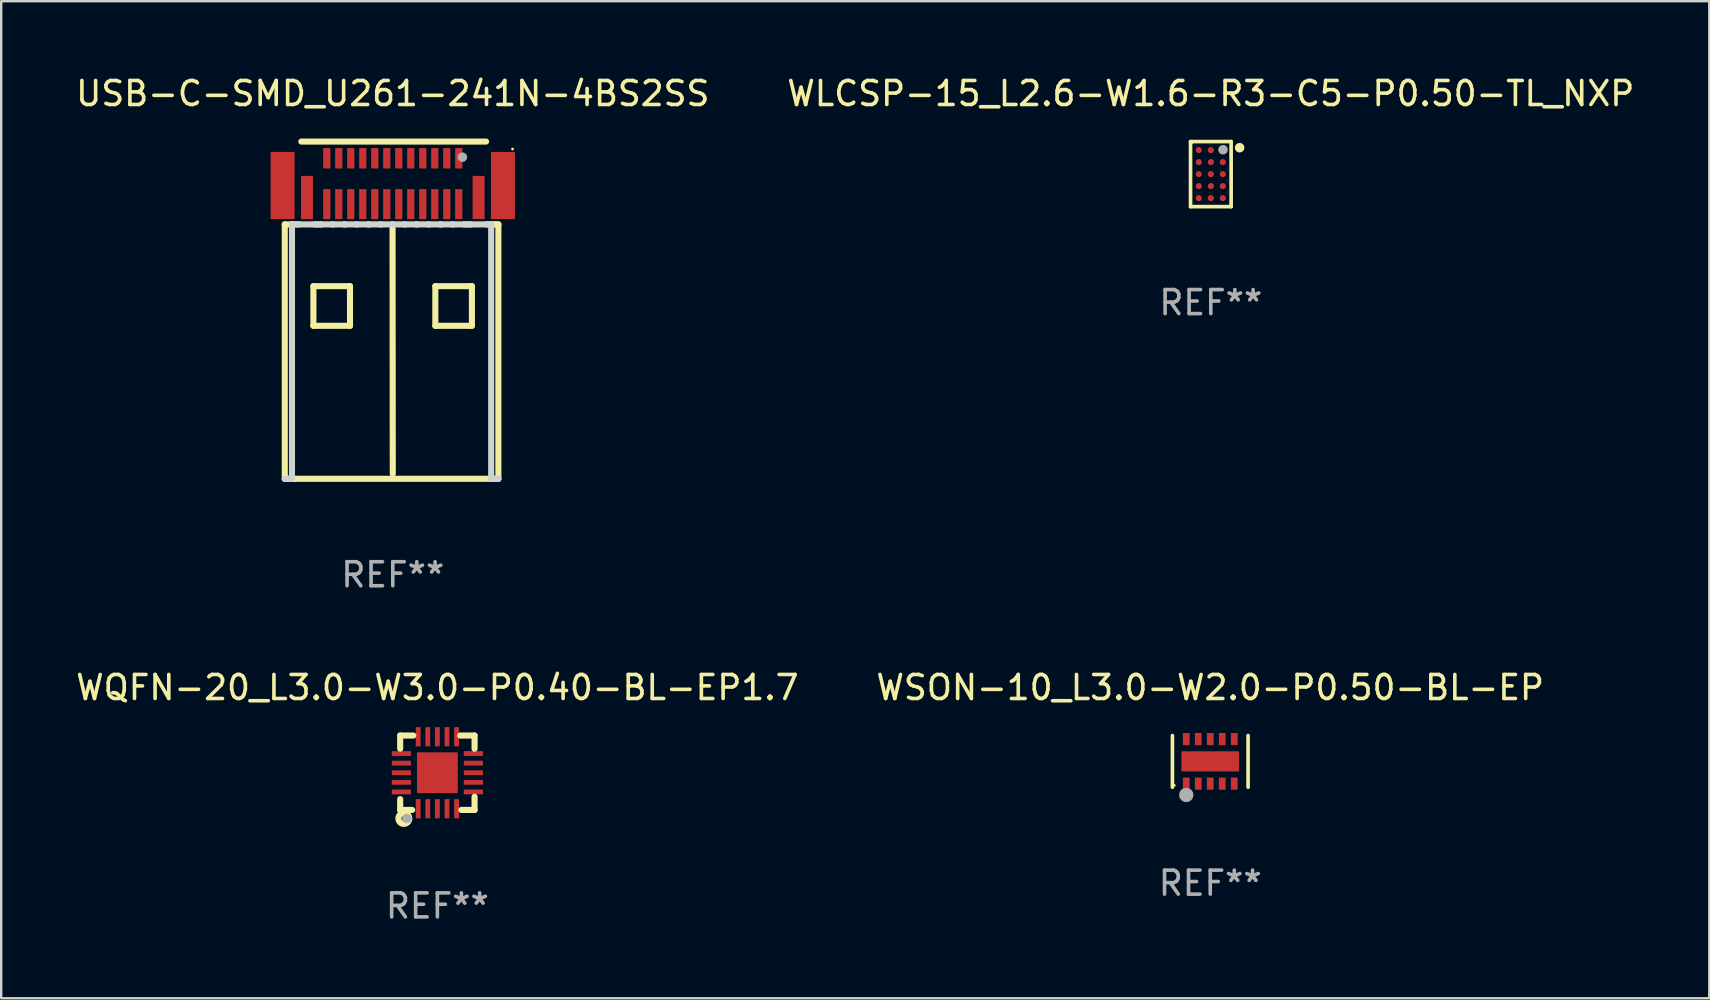
<source format=kicad_pcb>
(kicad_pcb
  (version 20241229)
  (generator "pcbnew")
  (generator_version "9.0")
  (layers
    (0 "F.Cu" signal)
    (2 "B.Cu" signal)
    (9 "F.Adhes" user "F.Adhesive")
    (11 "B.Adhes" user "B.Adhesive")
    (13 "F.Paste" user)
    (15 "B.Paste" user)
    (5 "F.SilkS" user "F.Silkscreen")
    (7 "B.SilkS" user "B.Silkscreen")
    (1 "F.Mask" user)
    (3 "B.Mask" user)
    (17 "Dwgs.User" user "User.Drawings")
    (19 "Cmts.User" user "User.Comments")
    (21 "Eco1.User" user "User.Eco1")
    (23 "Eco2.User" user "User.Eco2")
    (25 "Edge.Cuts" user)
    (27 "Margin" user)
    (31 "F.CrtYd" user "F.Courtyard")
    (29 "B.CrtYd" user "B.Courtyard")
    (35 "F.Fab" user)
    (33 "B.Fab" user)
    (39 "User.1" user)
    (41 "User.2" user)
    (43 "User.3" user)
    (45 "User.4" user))
  (footprint "WLCSP-15_L2.6-W1.6-R3-C5-P0.50-TL_NXP"
    (layer "F.Cu")
    (at 47.399 4.204)
    (property "Reference" "WLCSP-15_L2.6-W1.6-R3-C5-P0.50-TL_NXP" (at -0.000279 -3.356 0) (layer "F.SilkS") (effects (font (size 1 1) (thickness 0.15))))
    (attr smd)
    (fp_line (start -0.846 -1.356) (end 0.846 -1.356) (stroke (width 0.152) (type solid)) (layer "F.SilkS"))
    (fp_line (start -0.846 1.356) (end -0.846 -1.356) (stroke (width 0.152) (type solid)) (layer "F.SilkS"))
    (fp_line (start 0.846 -1.356) (end 0.846 1.356) (stroke (width 0.152) (type solid)) (layer "F.SilkS"))
    (fp_line (start 0.846 1.356) (end -0.846 1.356) (stroke (width 0.152) (type solid)) (layer "F.SilkS"))
    (fp_circle (center -0.8 -1.3) (end -0.77 -1.3) (stroke (width 0.06) (type solid)) (fill no) (layer "F.SilkS"))
    (fp_circle (center 1.2 -1.1) (end 1.3 -1.1) (stroke (width 0.2) (type solid)) (fill no) (layer "F.SilkS"))
    (fp_circle (center 0.508 -1.016) (end 0.608 -1.016) (stroke (width 0.2) (type solid)) (fill no) (layer "F.Fab"))
    (fp_text user "REF**" (at -0.000279 5.356 0) (layer "F.Fab") (effects (font (size 1 1) (thickness 0.15))))
    (pad "A1" smd circle (at 0.5 -1) (size 0.256 0.256) (layers "F.Cu" "F.Mask" "F.Paste"))
    (pad "A2" smd circle (at -0.000127 -1) (size 0.256 0.256) (layers "F.Cu" "F.Mask" "F.Paste"))
    (pad "A3" smd circle (at -0.5 -1) (size 0.256 0.256) (layers "F.Cu" "F.Mask" "F.Paste"))
    (pad "B1" smd circle (at 0.5 -0.5) (size 0.256 0.256) (layers "F.Cu" "F.Mask" "F.Paste"))
    (pad "B2" smd circle (at -0.000127 -0.5) (size 0.256 0.256) (layers "F.Cu" "F.Mask" "F.Paste"))
    (pad "B3" smd circle (at -0.5 -0.5) (size 0.256 0.256) (layers "F.Cu" "F.Mask" "F.Paste"))
    (pad "C1" smd circle (at 0.5 0) (size 0.256 0.256) (layers "F.Cu" "F.Mask" "F.Paste"))
    (pad "C2" smd circle (at -0.000127 0) (size 0.256 0.256) (layers "F.Cu" "F.Mask" "F.Paste"))
    (pad "C3" smd circle (at -0.5 0) (size 0.256 0.256) (layers "F.Cu" "F.Mask" "F.Paste"))
    (pad "D1" smd circle (at 0.5 0.5) (size 0.256 0.256) (layers "F.Cu" "F.Mask" "F.Paste"))
    (pad "D2" smd circle (at -0.000127 0.5) (size 0.256 0.256) (layers "F.Cu" "F.Mask" "F.Paste"))
    (pad "D3" smd circle (at -0.5 0.5) (size 0.256 0.256) (layers "F.Cu" "F.Mask" "F.Paste"))
    (pad "E1" smd circle (at 0.5 1) (size 0.256 0.256) (layers "F.Cu" "F.Mask" "F.Paste"))
    (pad "E2" smd circle (at -0.000127 1) (size 0.256 0.256) (layers "F.Cu" "F.Mask" "F.Paste"))
    (pad "E3" smd circle (at -0.5 1) (size 0.256 0.256) (layers "F.Cu" "F.Mask" "F.Paste")))
  (footprint "WQFN-20_L3.0-W3.0-P0.40-BL-EP1.7"
    (layer "F.Cu")
    (at 15.173 29.146)
    (property "Reference" "WQFN-20_L3.0-W3.0-P0.40-BL-EP1.7" (at 0.000025 -3.55 0) (layer "F.SilkS") (effects (font (size 1 1) (thickness 0.15))))
    (attr smd)
    (fp_line (start -1.55 -1.55) (end -1 -1.55) (stroke (width 0.254) (type solid)) (layer "F.SilkS"))
    (fp_line (start -1.55 -1) (end -1.55 -1.55) (stroke (width 0.254) (type solid)) (layer "F.SilkS"))
    (fp_line (start -1.55 1.1) (end -1.55 1.55) (stroke (width 0.254) (type solid)) (layer "F.SilkS"))
    (fp_line (start -1.55 1.55) (end -1.05 1.55) (stroke (width 0.254) (type solid)) (layer "F.SilkS"))
    (fp_line (start 0.95 -1.55) (end 1.55 -1.55) (stroke (width 0.254) (type solid)) (layer "F.SilkS"))
    (fp_line (start 1.55 -1.55) (end 1.55 -1) (stroke (width 0.254) (type solid)) (layer "F.SilkS"))
    (fp_line (start 1.55 1) (end 1.55 1.55) (stroke (width 0.254) (type solid)) (layer "F.SilkS"))
    (fp_line (start 1.55 1.55) (end 1 1.55) (stroke (width 0.254) (type solid)) (layer "F.SilkS"))
    (fp_circle (center -1.5 1.5) (end -1.47 1.5) (stroke (width 0.06) (type solid)) (fill no) (layer "F.SilkS"))
    (fp_circle (center -1.397 1.905) (end -1.297 1.905) (stroke (width 0.254) (type solid)) (fill no) (layer "F.SilkS"))
    (fp_circle (center -1.27 1.905) (end -1.17 1.905) (stroke (width 0.2) (type solid)) (fill no) (layer "F.Fab"))
    (fp_text user "REF**" (at 0.000025 5.55 0) (layer "F.Fab") (effects (font (size 1 1) (thickness 0.15))))
    (pad "1" smd rect (at -0.8 1.5 180) (size 0.2 0.8) (layers "F.Cu" "F.Mask" "F.Paste"))
    (pad "2" smd rect (at -0.4 1.5 180) (size 0.2 0.8) (layers "F.Cu" "F.Mask" "F.Paste"))
    (pad "3" smd rect (at 0.000127 1.5 180) (size 0.2 0.8) (layers "F.Cu" "F.Mask" "F.Paste"))
    (pad "4" smd rect (at 0.4 1.5 180) (size 0.2 0.8) (layers "F.Cu" "F.Mask" "F.Paste"))
    (pad "5" smd rect (at 0.8 1.5 180) (size 0.2 0.8) (layers "F.Cu" "F.Mask" "F.Paste"))
    (pad "6" smd rect (at 1.5 0.8 90) (size 0.2 0.8) (layers "F.Cu" "F.Mask" "F.Paste"))
    (pad "7" smd rect (at 1.5 0.4 90) (size 0.2 0.8) (layers "F.Cu" "F.Mask" "F.Paste"))
    (pad "8" smd rect (at 1.5 0.000127 90) (size 0.2 0.8) (layers "F.Cu" "F.Mask" "F.Paste"))
    (pad "9" smd rect (at 1.5 -0.4 90) (size 0.2 0.8) (layers "F.Cu" "F.Mask" "F.Paste"))
    (pad "10" smd rect (at 1.5 -0.8 90) (size 0.2 0.8) (layers "F.Cu" "F.Mask" "F.Paste"))
    (pad "11" smd rect (at 0.8 -1.5 180) (size 0.2 0.8) (layers "F.Cu" "F.Mask" "F.Paste"))
    (pad "12" smd rect (at 0.4 -1.5 180) (size 0.2 0.8) (layers "F.Cu" "F.Mask" "F.Paste"))
    (pad "13" smd rect (at 0.000127 -1.5 180) (size 0.2 0.8) (layers "F.Cu" "F.Mask" "F.Paste"))
    (pad "14" smd rect (at -0.4 -1.5 180) (size 0.2 0.8) (layers "F.Cu" "F.Mask" "F.Paste"))
    (pad "15" smd rect (at -0.8 -1.5 180) (size 0.2 0.8) (layers "F.Cu" "F.Mask" "F.Paste"))
    (pad "16" smd rect (at -1.5 -0.8 270) (size 0.2 0.8) (layers "F.Cu" "F.Mask" "F.Paste"))
    (pad "17" smd rect (at -1.5 -0.4 270) (size 0.2 0.8) (layers "F.Cu" "F.Mask" "F.Paste"))
    (pad "18" smd rect (at -1.5 -0.000127 270) (size 0.2 0.8) (layers "F.Cu" "F.Mask" "F.Paste"))
    (pad "19" smd rect (at -1.5 0.4 270) (size 0.2 0.8) (layers "F.Cu" "F.Mask" "F.Paste"))
    (pad "20" smd rect (at -1.5 0.8 270) (size 0.2 0.8) (layers "F.Cu" "F.Mask" "F.Paste"))
    (pad "21" smd rect (at 0.000127 0.000127 270) (size 1.7 1.7) (layers "F.Cu" "F.Mask" "F.Paste")))
  (footprint "USB-C-SMD_U261-241N-4BS2SS"
    (layer "F.Cu")
    (at 13.315 4.499)
    (property "Reference" "USB-C-SMD_U261-241N-4BS2SS" (at 0 -3.651 0) (layer "F.SilkS") (effects (font (size 1 1) (thickness 0.15))))
    (attr smd)
    (fp_line (start -4.5 1.8) (end -4.2 1.8) (stroke (width 0.254) (type solid)) (layer "F.SilkS"))
    (fp_line (start -4.5 12.4) (end -4.5 1.8) (stroke (width 0.254) (type solid)) (layer "F.SilkS"))
    (fp_line (start -4.4 12.4) (end -4.5 12.4) (stroke (width 0.254) (type solid)) (layer "F.SilkS"))
    (fp_line (start -4.2 1.8) (end -3.889 1.8) (stroke (width 0.254) (type solid)) (layer "F.SilkS"))
    (fp_line (start -4.1 12.4) (end -4.4 12.4) (stroke (width 0.254) (type solid)) (layer "F.SilkS"))
    (fp_line (start -4.1 12.4) (end 4.1 12.4) (stroke (width 0.254) (type solid)) (layer "F.SilkS"))
    (fp_line (start -3.81 -1.651) (end 3.888 -1.651) (stroke (width 0.254) (type solid)) (layer "F.SilkS"))
    (fp_line (start -3.307 4.374) (end -3.307 6.025) (stroke (width 0.254) (type solid)) (layer "F.SilkS"))
    (fp_line (start -3.307 6.025) (end -1.783 6.025) (stroke (width 0.254) (type solid)) (layer "F.SilkS"))
    (fp_line (start -3.26 1.8) (end -2.964 1.8) (stroke (width 0.254) (type solid)) (layer "F.SilkS"))
    (fp_line (start -2.535 1.8) (end -2.464 1.8) (stroke (width 0.254) (type solid)) (layer "F.SilkS"))
    (fp_line (start -2.035 1.8) (end -1.964 1.8) (stroke (width 0.254) (type solid)) (layer "F.SilkS"))
    (fp_line (start -1.783 4.374) (end -3.307 4.374) (stroke (width 0.254) (type solid)) (layer "F.SilkS"))
    (fp_line (start -1.783 6.025) (end -1.783 4.374) (stroke (width 0.254) (type solid)) (layer "F.SilkS"))
    (fp_line (start -1.535 1.8) (end -1.464 1.8) (stroke (width 0.254) (type solid)) (layer "F.SilkS"))
    (fp_line (start -1.035 1.8) (end -0.964 1.8) (stroke (width 0.254) (type solid)) (layer "F.SilkS"))
    (fp_line (start -0.535 1.8) (end -0.464 1.8) (stroke (width 0.254) (type solid)) (layer "F.SilkS"))
    (fp_line (start -0.035 1.8) (end 0.036 1.8) (stroke (width 0.254) (type solid)) (layer "F.SilkS"))
    (fp_line (start -0.009 1.834) (end -0.000051 12.192) (stroke (width 0.254) (type solid)) (layer "F.SilkS"))
    (fp_line (start 0.465 1.8) (end 0.536 1.8) (stroke (width 0.254) (type solid)) (layer "F.SilkS"))
    (fp_line (start 0.965 1.8) (end 1.036 1.8) (stroke (width 0.254) (type solid)) (layer "F.SilkS"))
    (fp_line (start 1.465 1.8) (end 1.536 1.8) (stroke (width 0.254) (type solid)) (layer "F.SilkS"))
    (fp_line (start 1.773 4.374) (end 1.773 6.025) (stroke (width 0.254) (type solid)) (layer "F.SilkS"))
    (fp_line (start 1.773 6.025) (end 3.297 6.025) (stroke (width 0.254) (type solid)) (layer "F.SilkS"))
    (fp_line (start 1.965 1.8) (end 2.036 1.8) (stroke (width 0.254) (type solid)) (layer "F.SilkS"))
    (fp_line (start 2.465 1.8) (end 2.536 1.8) (stroke (width 0.254) (type solid)) (layer "F.SilkS"))
    (fp_line (start 2.965 1.8) (end 3.261 1.8) (stroke (width 0.254) (type solid)) (layer "F.SilkS"))
    (fp_line (start 3.297 4.374) (end 1.773 4.374) (stroke (width 0.254) (type solid)) (layer "F.SilkS"))
    (fp_line (start 3.297 6.025) (end 3.297 4.374) (stroke (width 0.254) (type solid)) (layer "F.SilkS"))
    (fp_line (start 3.889 1.8) (end 4.2 1.8) (stroke (width 0.254) (type solid)) (layer "F.SilkS"))
    (fp_line (start 4.2 1.8) (end 4.3 1.8) (stroke (width 0.254) (type solid)) (layer "F.SilkS"))
    (fp_line (start 4.3 1.8) (end 4.4 1.8) (stroke (width 0.254) (type solid)) (layer "F.SilkS"))
    (fp_line (start 4.4 1.8) (end 4.4 12.4) (stroke (width 0.254) (type solid)) (layer "F.SilkS"))
    (fp_line (start 4.4 12.4) (end 4.1 12.4) (stroke (width 0.254) (type solid)) (layer "F.SilkS"))
    (fp_circle (center 4.99 -1.34) (end 5.02 -1.34) (stroke (width 0.06) (type solid)) (fill no) (layer "F.SilkS"))
    (fp_line (start -4.2 1.8) (end -4.2 12.4) (stroke (width 0.254) (type solid)) (layer "Edge.Cuts"))
    (fp_line (start -4.2 1.8) (end 4.1 1.8) (stroke (width 0.254) (type solid)) (layer "Edge.Cuts"))
    (fp_line (start -4.2 12.4) (end -4.5 12.4) (stroke (width 0.254) (type solid)) (layer "Edge.Cuts"))
    (fp_line (start 4.1 1.8) (end 4.1 12.4) (stroke (width 0.254) (type solid)) (layer "Edge.Cuts"))
    (fp_line (start 4.1 12.4) (end 4.4 12.4) (stroke (width 0.254) (type solid)) (layer "Edge.Cuts"))
    (fp_circle (center 2.9 -1) (end 3 -1) (stroke (width 0.2) (type solid)) (fill no) (layer "F.Fab"))
    (fp_text user "REF**" (at 0 16.4 0) (layer "F.Fab") (effects (font (size 1 1) (thickness 0.15))))
    (pad "25" smd rect (at 3.575 0.68) (size 0.5 1.8) (layers "F.Cu" "F.Mask" "F.Paste"))
    (pad "25" smd rect (at 4.59 0.18) (size 1 2.8) (layers "F.Cu" "F.Mask" "F.Paste"))
    (pad "26" smd rect (at -4.59 0.18) (size 1 2.8) (layers "F.Cu" "F.Mask" "F.Paste"))
    (pad "26" smd rect (at -3.575 0.68) (size 0.5 1.8) (layers "F.Cu" "F.Mask" "F.Paste"))
    (pad "A1" smd rect (at 2.75 -0.955) (size 0.3 0.85) (layers "F.Cu" "F.Mask" "F.Paste"))
    (pad "A2" smd rect (at 2.25 -0.955) (size 0.3 0.85) (layers "F.Cu" "F.Mask" "F.Paste"))
    (pad "A3" smd rect (at 1.75 -0.955) (size 0.3 0.85) (layers "F.Cu" "F.Mask" "F.Paste"))
    (pad "A4" smd rect (at 1.25 -0.955) (size 0.3 0.85) (layers "F.Cu" "F.Mask" "F.Paste"))
    (pad "A5" smd rect (at 0.75 -0.955) (size 0.3 0.85) (layers "F.Cu" "F.Mask" "F.Paste"))
    (pad "A6" smd rect (at 0.25 -0.955) (size 0.3 0.85) (layers "F.Cu" "F.Mask" "F.Paste"))
    (pad "A7" smd rect (at -0.25 -0.955) (size 0.3 0.85) (layers "F.Cu" "F.Mask" "F.Paste"))
    (pad "A8" smd rect (at -0.75 -0.955) (size 0.3 0.85) (layers "F.Cu" "F.Mask" "F.Paste"))
    (pad "A9" smd rect (at -1.25 -0.955) (size 0.3 0.85) (layers "F.Cu" "F.Mask" "F.Paste"))
    (pad "A10" smd rect (at -1.75 -0.955) (size 0.3 0.85) (layers "F.Cu" "F.Mask" "F.Paste"))
    (pad "A11" smd rect (at -2.25 -0.955) (size 0.3 0.85) (layers "F.Cu" "F.Mask" "F.Paste"))
    (pad "A12" smd rect (at -2.75 -0.955) (size 0.3 0.85) (layers "F.Cu" "F.Mask" "F.Paste"))
    (pad "B1" smd rect (at -2.75 0.955) (size 0.3 1.25) (layers "F.Cu" "F.Mask" "F.Paste"))
    (pad "B2" smd rect (at -2.25 0.955) (size 0.3 1.25) (layers "F.Cu" "F.Mask" "F.Paste"))
    (pad "B3" smd rect (at -1.75 0.955) (size 0.3 1.25) (layers "F.Cu" "F.Mask" "F.Paste"))
    (pad "B4" smd rect (at -1.25 0.955) (size 0.3 1.25) (layers "F.Cu" "F.Mask" "F.Paste"))
    (pad "B5" smd rect (at -0.75 0.955) (size 0.3 1.25) (layers "F.Cu" "F.Mask" "F.Paste"))
    (pad "B6" smd rect (at -0.25 0.955) (size 0.3 1.25) (layers "F.Cu" "F.Mask" "F.Paste"))
    (pad "B7" smd rect (at 0.25 0.955) (size 0.3 1.25) (layers "F.Cu" "F.Mask" "F.Paste"))
    (pad "B8" smd rect (at 0.75 0.955) (size 0.3 1.25) (layers "F.Cu" "F.Mask" "F.Paste"))
    (pad "B9" smd rect (at 1.25 0.955) (size 0.3 1.25) (layers "F.Cu" "F.Mask" "F.Paste"))
    (pad "B10" smd rect (at 1.75 0.955) (size 0.3 1.25) (layers "F.Cu" "F.Mask" "F.Paste"))
    (pad "B11" smd rect (at 2.25 0.955) (size 0.3 1.25) (layers "F.Cu" "F.Mask" "F.Paste"))
    (pad "B12" smd rect (at 2.75 0.955) (size 0.3 1.25) (layers "F.Cu" "F.Mask" "F.Paste")))
  (footprint "WSON-10_L3.0-W2.0-P0.50-BL-EP"
    (layer "F.Cu")
    (at 47.375 28.672)
    (property "Reference" "WSON-10_L3.0-W2.0-P0.50-BL-EP" (at 0 -3.076 0) (layer "F.SilkS") (effects (font (size 1 1) (thickness 0.15))))
    (attr smd)
    (fp_line (start -1.576 1.076) (end -1.576 -1.076) (stroke (width 0.152) (type solid)) (layer "F.SilkS"))
    (fp_line (start 1.576 -1.076) (end 1.576 1.076) (stroke (width 0.152) (type solid)) (layer "F.SilkS"))
    (fp_circle (center -1.5 1) (end -1.47 1) (stroke (width 0.06) (type solid)) (fill no) (layer "F.SilkS"))
    (fp_circle (center -1 1.48) (end -0.9 1.48) (stroke (width 0.2) (type solid)) (fill no) (layer "F.SilkS"))
    (fp_circle (center -1 1.4) (end -0.85 1.4) (stroke (width 0.3) (type solid)) (fill no) (layer "F.Fab"))
    (fp_text user "REF**" (at 0 5.076 0) (layer "F.Fab") (effects (font (size 1 1) (thickness 0.15))))
    (pad "1" smd rect (at -1 0.928) (size 0.28 0.505) (layers "F.Cu" "F.Mask" "F.Paste"))
    (pad "2" smd rect (at -0.5 0.928) (size 0.28 0.505) (layers "F.Cu" "F.Mask" "F.Paste"))
    (pad "3" smd rect (at 0 0.928) (size 0.28 0.505) (layers "F.Cu" "F.Mask" "F.Paste"))
    (pad "4" smd rect (at 0.5 0.928) (size 0.28 0.505) (layers "F.Cu" "F.Mask" "F.Paste"))
    (pad "5" smd rect (at 1 0.928) (size 0.28 0.505) (layers "F.Cu" "F.Mask" "F.Paste"))
    (pad "6" smd rect (at 1 -0.928) (size 0.28 0.505) (layers "F.Cu" "F.Mask" "F.Paste"))
    (pad "7" smd rect (at 0.5 -0.928) (size 0.28 0.505) (layers "F.Cu" "F.Mask" "F.Paste"))
    (pad "8" smd rect (at 0 -0.928) (size 0.28 0.505) (layers "F.Cu" "F.Mask" "F.Paste"))
    (pad "9" smd rect (at -0.5 -0.928) (size 0.28 0.505) (layers "F.Cu" "F.Mask" "F.Paste"))
    (pad "10" smd rect (at -1 -0.928) (size 0.28 0.505) (layers "F.Cu" "F.Mask" "F.Paste"))
    (pad "11" smd rect (at 0 0) (size 2.4 0.84) (layers "F.Cu" "F.Mask" "F.Paste")))
  (gr_rect
    (start -3 -3)
    (end 68.167 38.544)
    (stroke (width 0.1) (type default))
    (fill no)
    (layer "Edge.Cuts")))
</source>
